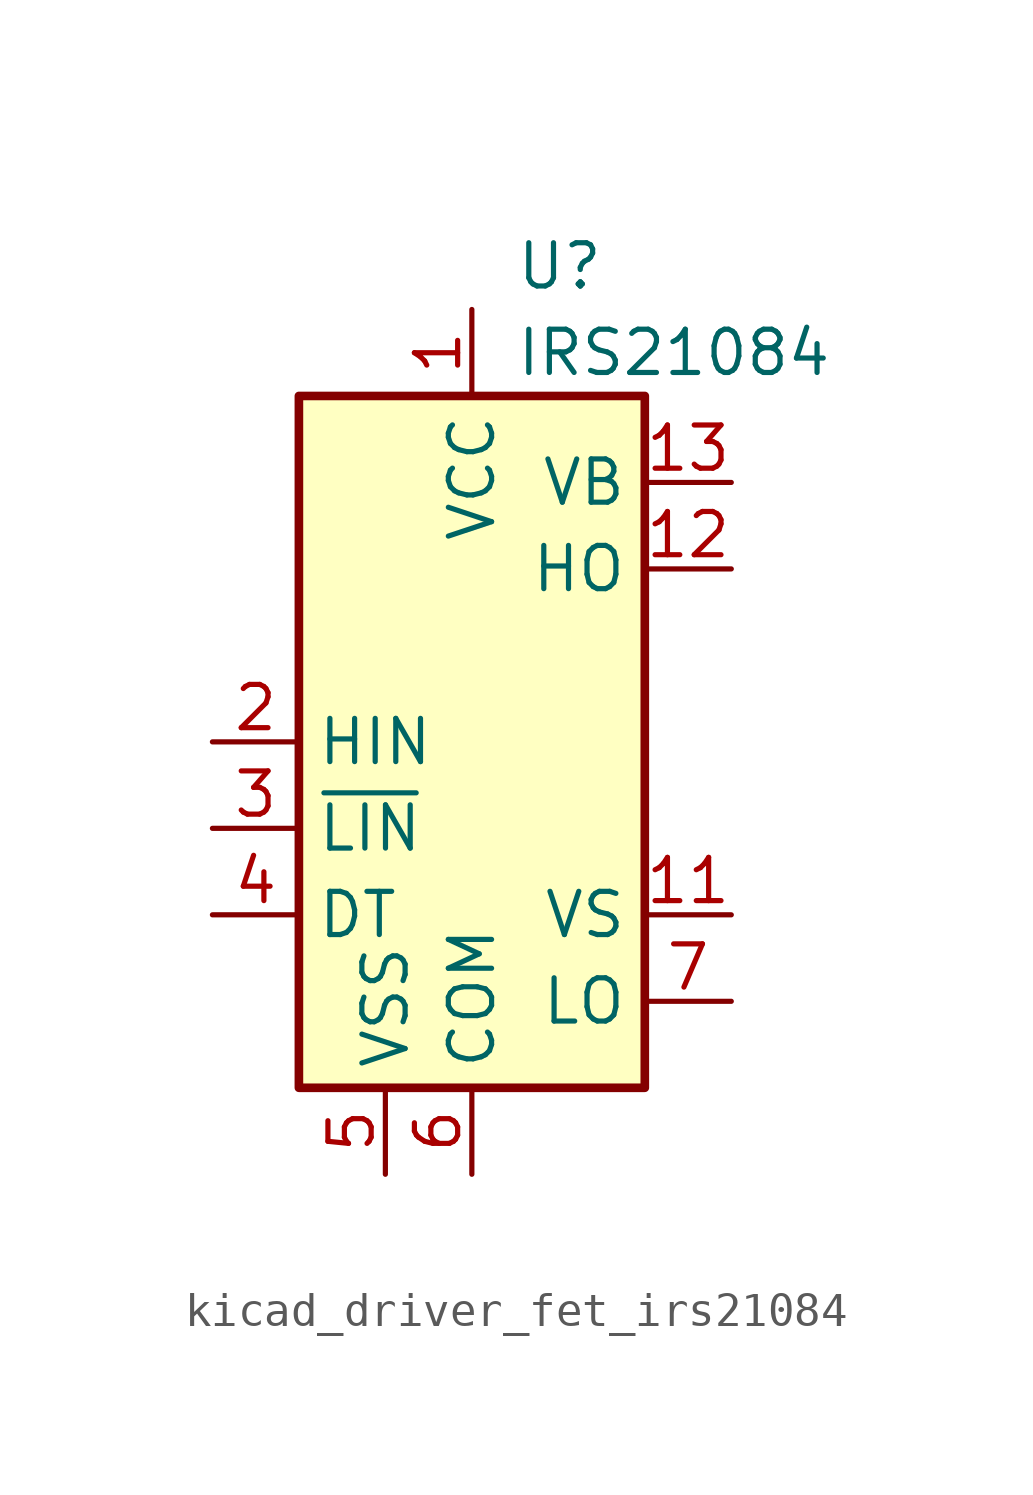
<source format=kicad_sym>
(kicad_symbol_lib
  (version 20220914)
  (generator kicad_symbol_editor)
  (symbol "kicad_driver_fet_irs21084"
    (property "Reference" "U"
      (at 1.27 13.97 0)
      (effects (font (size 1.27 1.27)) (justify left)))
    (property "Value" "IRS21084"
      (at 1.27 11.43 0)
      (effects (font (size 1.27 1.27)) (justify left)))
    (symbol "kicad_driver_fet_irs21084_0_1"
      (rectangle (start -5.08 -10.16) (end 5.08 10.16) (stroke (width 0.254) (type default)) (fill (type background))))
    (symbol "kicad_driver_fet_irs21084_1_1"
      (pin power_in line (at 0 12.7 270) (length 2.54) (name "VCC" (effects (font (size 1.27 1.27)))) (number "1" (effects (font (size 1.27 1.27)))))
      (pin no_connect line (at -5.08 2.54 0) (length 2.54) hide (name "NC" (effects (font (size 1.27 1.27)))) (number "10" (effects (font (size 1.27 1.27)))))
      (pin passive line (at 7.62 -5.08 180) (length 2.54) (name "VS" (effects (font (size 1.27 1.27)))) (number "11" (effects (font (size 1.27 1.27)))))
      (pin output line (at 7.62 5.08 180) (length 2.54) (name "HO" (effects (font (size 1.27 1.27)))) (number "12" (effects (font (size 1.27 1.27)))))
      (pin passive line (at 7.62 7.62 180) (length 2.54) (name "VB" (effects (font (size 1.27 1.27)))) (number "13" (effects (font (size 1.27 1.27)))))
      (pin no_connect line (at 5.08 2.54 180) (length 2.54) hide (name "NC" (effects (font (size 1.27 1.27)))) (number "14" (effects (font (size 1.27 1.27)))))
      (pin input line (at -7.62 0 0) (length 2.54) (name "HIN" (effects (font (size 1.27 1.27)))) (number "2" (effects (font (size 1.27 1.27)))))
      (pin input line (at -7.62 -2.54 0) (length 2.54) (name "~{LIN}" (effects (font (size 1.27 1.27)))) (number "3" (effects (font (size 1.27 1.27)))))
      (pin input line (at -7.62 -5.08 0) (length 2.54) (name "DT" (effects (font (size 1.27 1.27)))) (number "4" (effects (font (size 1.27 1.27)))))
      (pin power_in line (at -2.54 -12.7 90) (length 2.54) (name "VSS" (effects (font (size 1.27 1.27)))) (number "5" (effects (font (size 1.27 1.27)))))
      (pin power_in line (at 0 -12.7 90) (length 2.54) (name "COM" (effects (font (size 1.27 1.27)))) (number "6" (effects (font (size 1.27 1.27)))))
      (pin output line (at 7.62 -7.62 180) (length 2.54) (name "LO" (effects (font (size 1.27 1.27)))) (number "7" (effects (font (size 1.27 1.27)))))
      (pin no_connect line (at -5.08 7.62 0) (length 2.54) hide (name "NC" (effects (font (size 1.27 1.27)))) (number "8" (effects (font (size 1.27 1.27)))))
      (pin no_connect line (at -5.08 5.08 0) (length 2.54) hide (name "NC" (effects (font (size 1.27 1.27)))) (number "9" (effects (font (size 1.27 1.27))))))))
</source>
